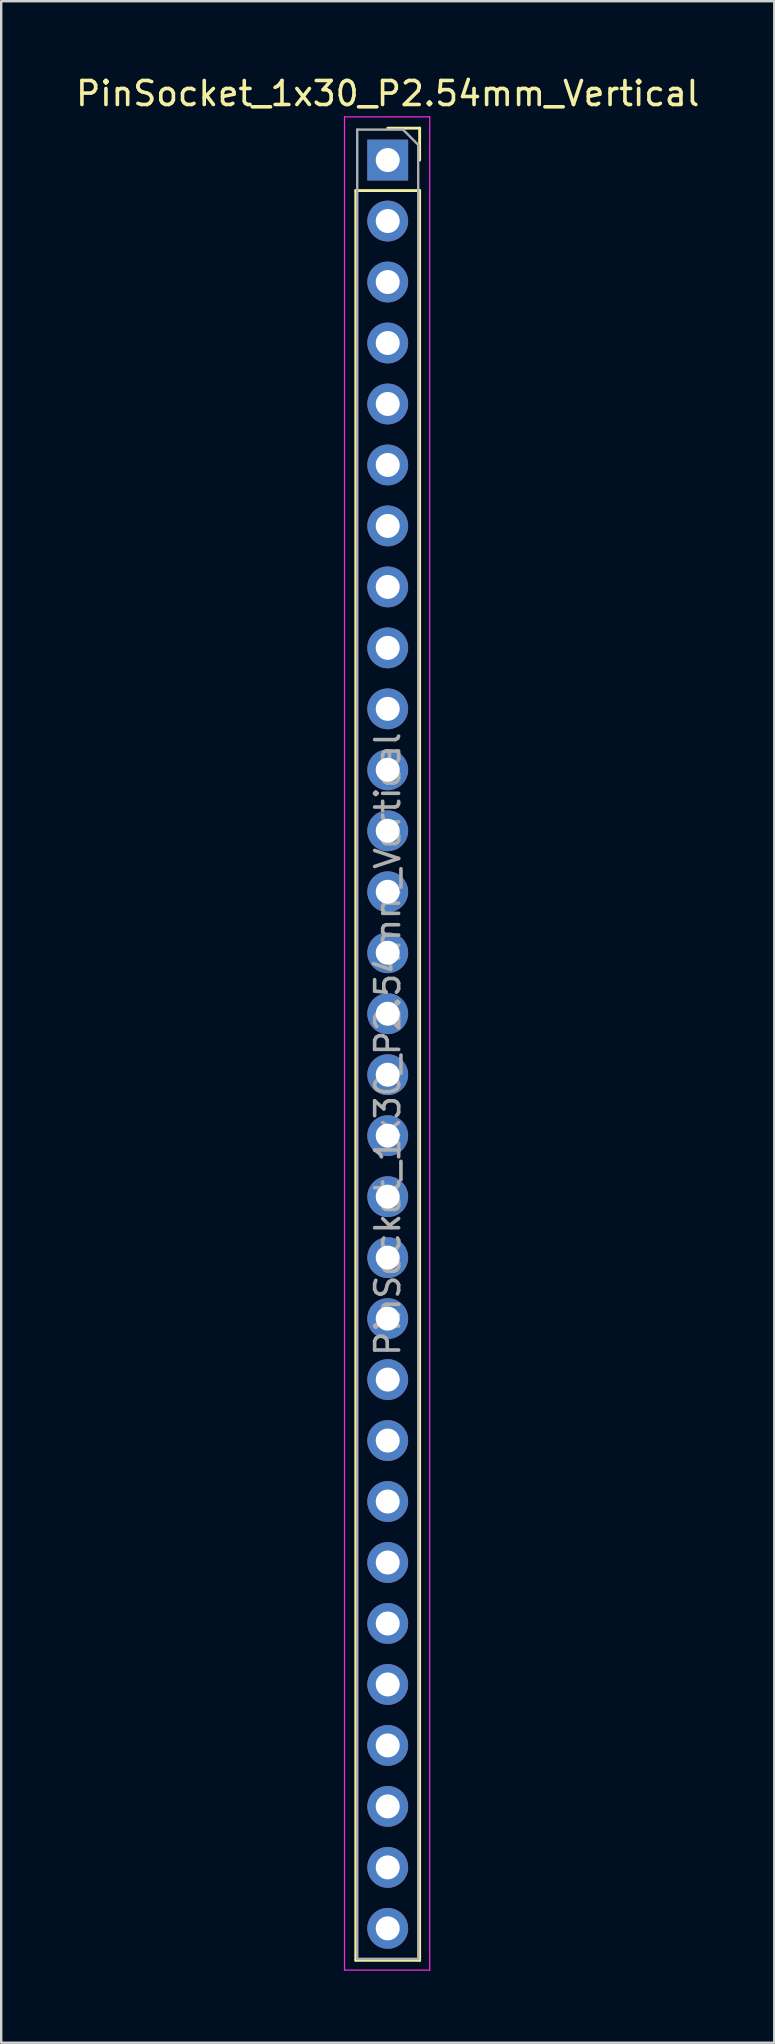
<source format=kicad_pcb>
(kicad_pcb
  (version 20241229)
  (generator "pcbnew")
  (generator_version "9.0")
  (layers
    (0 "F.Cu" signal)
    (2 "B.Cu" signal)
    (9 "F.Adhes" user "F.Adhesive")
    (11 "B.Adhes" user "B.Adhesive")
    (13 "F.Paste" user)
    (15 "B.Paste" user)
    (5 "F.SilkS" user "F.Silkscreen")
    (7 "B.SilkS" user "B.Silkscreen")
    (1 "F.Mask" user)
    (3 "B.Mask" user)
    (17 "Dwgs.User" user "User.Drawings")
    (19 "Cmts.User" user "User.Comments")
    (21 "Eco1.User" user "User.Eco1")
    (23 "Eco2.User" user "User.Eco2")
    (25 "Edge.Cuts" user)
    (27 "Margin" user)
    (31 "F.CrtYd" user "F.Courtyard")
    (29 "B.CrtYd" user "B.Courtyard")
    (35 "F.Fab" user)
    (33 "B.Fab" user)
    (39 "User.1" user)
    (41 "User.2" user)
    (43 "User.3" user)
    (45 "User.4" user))
  (footprint "PinSocket_1x30_P2.54mm_Vertical"
    (layer "F.Cu")
    (at 13.101 3.618)
    (property "Reference" "PinSocket_1x30_P2.54mm_Vertical" (at 0 -2.77 0) (layer "F.SilkS") (effects (font (size 1 1) (thickness 0.15))))
    (attr through_hole)
    (fp_line (start -1.33 1.27) (end -1.33 74.99) (stroke (width 0.12) (type solid)) (layer "F.SilkS"))
    (fp_line (start -1.33 1.27) (end 1.33 1.27) (stroke (width 0.12) (type solid)) (layer "F.SilkS"))
    (fp_line (start -1.33 74.99) (end 1.33 74.99) (stroke (width 0.12) (type solid)) (layer "F.SilkS"))
    (fp_line (start 0 -1.33) (end 1.33 -1.33) (stroke (width 0.12) (type solid)) (layer "F.SilkS"))
    (fp_line (start 1.33 -1.33) (end 1.33 0) (stroke (width 0.12) (type solid)) (layer "F.SilkS"))
    (fp_line (start 1.33 1.27) (end 1.33 74.99) (stroke (width 0.12) (type solid)) (layer "F.SilkS"))
    (fp_line (start -1.8 -1.8) (end 1.75 -1.8) (stroke (width 0.05) (type solid)) (layer "F.CrtYd"))
    (fp_line (start -1.8 75.4) (end -1.8 -1.8) (stroke (width 0.05) (type solid)) (layer "F.CrtYd"))
    (fp_line (start 1.75 -1.8) (end 1.75 75.4) (stroke (width 0.05) (type solid)) (layer "F.CrtYd"))
    (fp_line (start 1.75 75.4) (end -1.8 75.4) (stroke (width 0.05) (type solid)) (layer "F.CrtYd"))
    (fp_line (start -1.27 -1.27) (end 0.635 -1.27) (stroke (width 0.1) (type solid)) (layer "F.Fab"))
    (fp_line (start -1.27 74.93) (end -1.27 -1.27) (stroke (width 0.1) (type solid)) (layer "F.Fab"))
    (fp_line (start 0.635 -1.27) (end 1.27 -0.635) (stroke (width 0.1) (type solid)) (layer "F.Fab"))
    (fp_line (start 1.27 -0.635) (end 1.27 74.93) (stroke (width 0.1) (type solid)) (layer "F.Fab"))
    (fp_line (start 1.27 74.93) (end -1.27 74.93) (stroke (width 0.1) (type solid)) (layer "F.Fab"))
    (fp_text user "${REFERENCE}" (at 0 36.83 90) (layer "F.Fab") (effects (font (size 1 1) (thickness 0.15))))
    (pad "1" thru_hole rect (at 0 0) (size 1.7 1.7) (drill 1) (layers "*.Cu" "*.Mask"))
    (pad "2" thru_hole oval (at 0 2.54) (size 1.7 1.7) (drill 1) (layers "*.Cu" "*.Mask"))
    (pad "3" thru_hole oval (at 0 5.08) (size 1.7 1.7) (drill 1) (layers "*.Cu" "*.Mask"))
    (pad "4" thru_hole oval (at 0 7.62) (size 1.7 1.7) (drill 1) (layers "*.Cu" "*.Mask"))
    (pad "5" thru_hole oval (at 0 10.16) (size 1.7 1.7) (drill 1) (layers "*.Cu" "*.Mask"))
    (pad "6" thru_hole oval (at 0 12.7) (size 1.7 1.7) (drill 1) (layers "*.Cu" "*.Mask"))
    (pad "7" thru_hole oval (at 0 15.24) (size 1.7 1.7) (drill 1) (layers "*.Cu" "*.Mask"))
    (pad "8" thru_hole oval (at 0 17.78) (size 1.7 1.7) (drill 1) (layers "*.Cu" "*.Mask"))
    (pad "9" thru_hole oval (at 0 20.32) (size 1.7 1.7) (drill 1) (layers "*.Cu" "*.Mask"))
    (pad "10" thru_hole oval (at 0 22.86) (size 1.7 1.7) (drill 1) (layers "*.Cu" "*.Mask"))
    (pad "11" thru_hole oval (at 0 25.4) (size 1.7 1.7) (drill 1) (layers "*.Cu" "*.Mask"))
    (pad "12" thru_hole oval (at 0 27.94) (size 1.7 1.7) (drill 1) (layers "*.Cu" "*.Mask"))
    (pad "13" thru_hole oval (at 0 30.48) (size 1.7 1.7) (drill 1) (layers "*.Cu" "*.Mask"))
    (pad "14" thru_hole oval (at 0 33.02) (size 1.7 1.7) (drill 1) (layers "*.Cu" "*.Mask"))
    (pad "15" thru_hole oval (at 0 35.56) (size 1.7 1.7) (drill 1) (layers "*.Cu" "*.Mask"))
    (pad "16" thru_hole oval (at 0 38.1) (size 1.7 1.7) (drill 1) (layers "*.Cu" "*.Mask"))
    (pad "17" thru_hole oval (at 0 40.64) (size 1.7 1.7) (drill 1) (layers "*.Cu" "*.Mask"))
    (pad "18" thru_hole oval (at 0 43.18) (size 1.7 1.7) (drill 1) (layers "*.Cu" "*.Mask"))
    (pad "19" thru_hole oval (at 0 45.72) (size 1.7 1.7) (drill 1) (layers "*.Cu" "*.Mask"))
    (pad "20" thru_hole oval (at 0 48.26) (size 1.7 1.7) (drill 1) (layers "*.Cu" "*.Mask"))
    (pad "21" thru_hole oval (at 0 50.8) (size 1.7 1.7) (drill 1) (layers "*.Cu" "*.Mask"))
    (pad "22" thru_hole oval (at 0 53.34) (size 1.7 1.7) (drill 1) (layers "*.Cu" "*.Mask"))
    (pad "23" thru_hole oval (at 0 55.88) (size 1.7 1.7) (drill 1) (layers "*.Cu" "*.Mask"))
    (pad "24" thru_hole oval (at 0 58.42) (size 1.7 1.7) (drill 1) (layers "*.Cu" "*.Mask"))
    (pad "25" thru_hole oval (at 0 60.96) (size 1.7 1.7) (drill 1) (layers "*.Cu" "*.Mask"))
    (pad "26" thru_hole oval (at 0 63.5) (size 1.7 1.7) (drill 1) (layers "*.Cu" "*.Mask"))
    (pad "27" thru_hole oval (at 0 66.04) (size 1.7 1.7) (drill 1) (layers "*.Cu" "*.Mask"))
    (pad "28" thru_hole oval (at 0 68.58) (size 1.7 1.7) (drill 1) (layers "*.Cu" "*.Mask"))
    (pad "29" thru_hole oval (at 0 71.12) (size 1.7 1.7) (drill 1) (layers "*.Cu" "*.Mask"))
    (pad "30" thru_hole oval (at 0 73.66) (size 1.7 1.7) (drill 1) (layers "*.Cu" "*.Mask")))
  (gr_rect
    (start -3 -3)
    (end 29.202 82.043)
    (stroke (width 0.1) (type default))
    (fill no)
    (layer "Edge.Cuts")))
</source>
